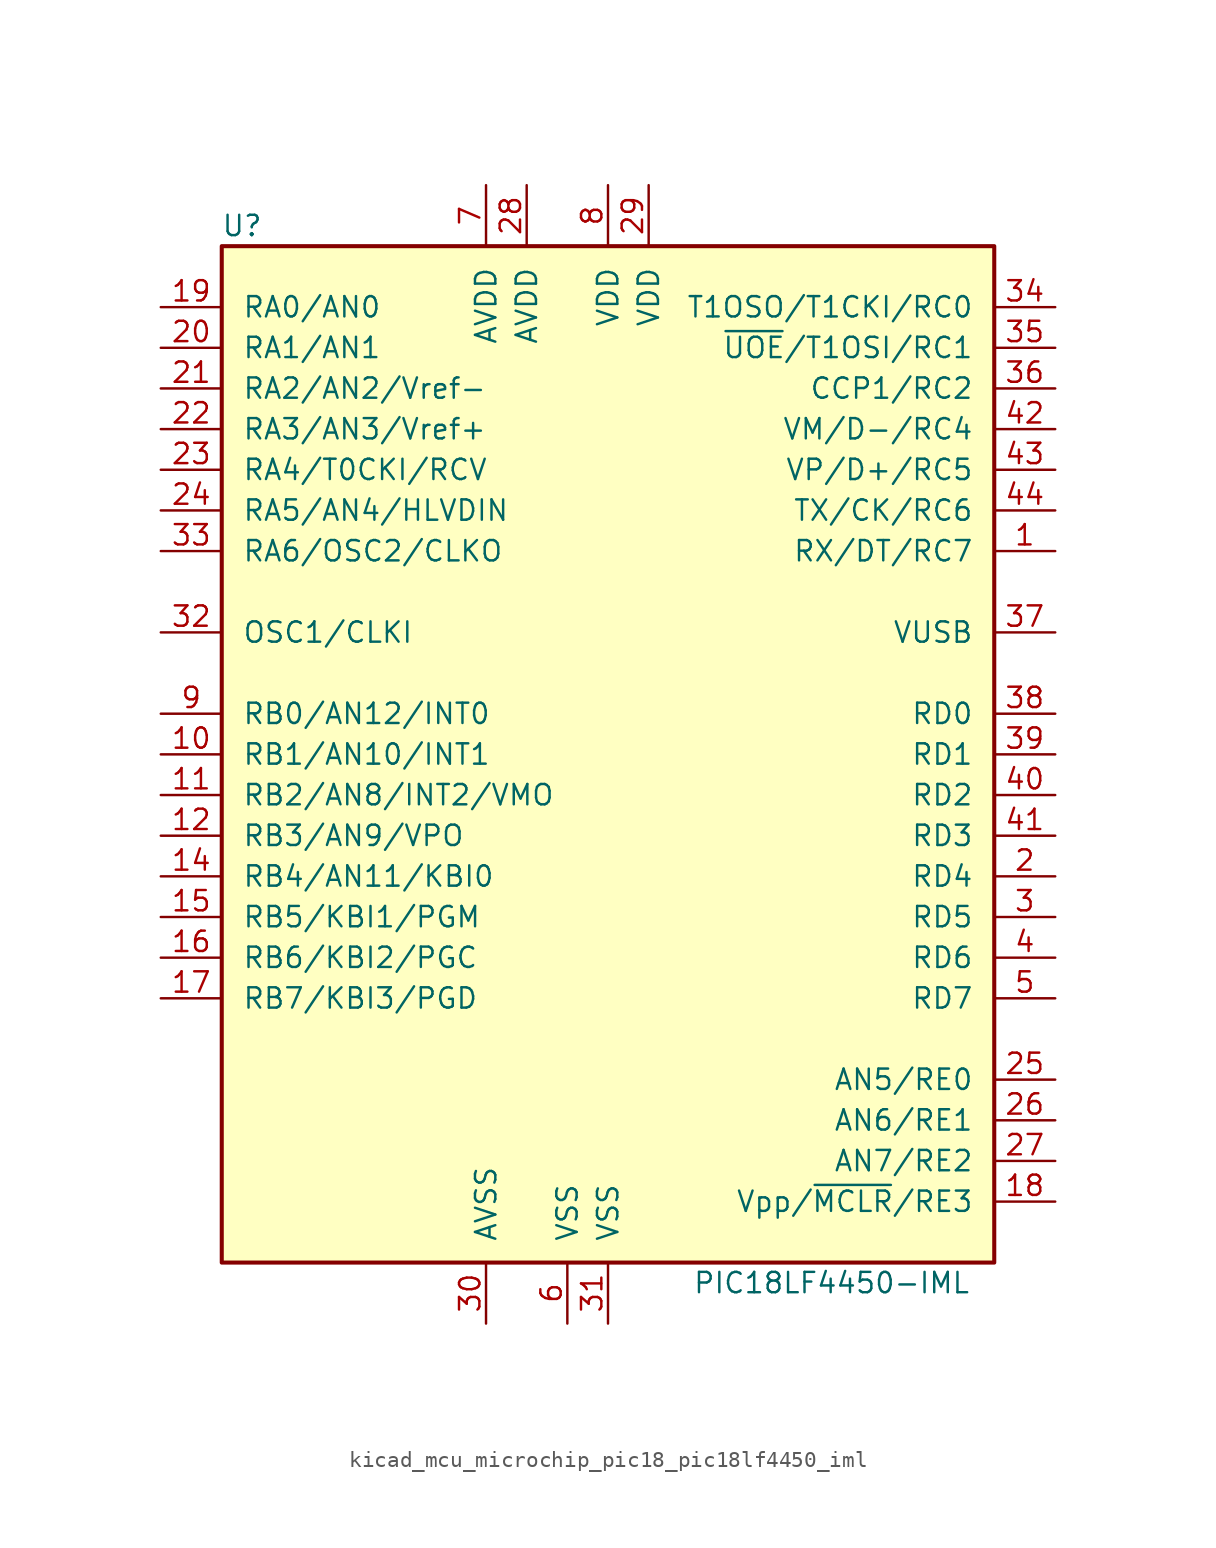
<source format=kicad_sym>
(kicad_symbol_lib
  (version 20220914)
  (generator kicad_symbol_editor)
  (symbol "kicad_mcu_microchip_pic18_pic18lf4450_iml"
    (pin_names
      (offset 1.27))
    (property "Reference" "U"
      (at -22.86 33.02 0)
      (effects (font (size 1.27 1.27))))
    (property "Value" "PIC18LF4450-IML"
      (at 13.97 -33.02 0)
      (effects (font (size 1.27 1.27))))
    (symbol "kicad_mcu_microchip_pic18_pic18lf4450_iml_0_1"
      (rectangle (start -24.13 31.75) (end 24.13 -31.75) (stroke (width 0.254) (type default)) (fill (type background))))
    (symbol "kicad_mcu_microchip_pic18_pic18lf4450_iml_1_1"
      (pin bidirectional line (at 27.94 12.7 180) (length 3.81) (name "RX/DT/RC7" (effects (font (size 1.27 1.27)))) (number "1" (effects (font (size 1.27 1.27)))))
      (pin bidirectional line (at -27.94 0 0) (length 3.81) (name "RB1/AN10/INT1" (effects (font (size 1.27 1.27)))) (number "10" (effects (font (size 1.27 1.27)))))
      (pin bidirectional line (at -27.94 -2.54 0) (length 3.81) (name "RB2/AN8/INT2/VMO" (effects (font (size 1.27 1.27)))) (number "11" (effects (font (size 1.27 1.27)))))
      (pin bidirectional line (at -27.94 -5.08 0) (length 3.81) (name "RB3/AN9/VPO" (effects (font (size 1.27 1.27)))) (number "12" (effects (font (size 1.27 1.27)))))
      (pin no_connect line (at -12.7 -31.75 90) (length 3.81) hide (name "NC" (effects (font (size 1.27 1.27)))) (number "13" (effects (font (size 1.27 1.27)))))
      (pin bidirectional line (at -27.94 -7.62 0) (length 3.81) (name "RB4/AN11/KBI0" (effects (font (size 1.27 1.27)))) (number "14" (effects (font (size 1.27 1.27)))))
      (pin bidirectional line (at -27.94 -10.16 0) (length 3.81) (name "RB5/KBI1/PGM" (effects (font (size 1.27 1.27)))) (number "15" (effects (font (size 1.27 1.27)))))
      (pin bidirectional line (at -27.94 -12.7 0) (length 3.81) (name "RB6/KBI2/PGC" (effects (font (size 1.27 1.27)))) (number "16" (effects (font (size 1.27 1.27)))))
      (pin bidirectional line (at -27.94 -15.24 0) (length 3.81) (name "RB7/KBI3/PGD" (effects (font (size 1.27 1.27)))) (number "17" (effects (font (size 1.27 1.27)))))
      (pin input line (at 27.94 -27.94 180) (length 3.81) (name "Vpp/~{MCLR}/RE3" (effects (font (size 1.27 1.27)))) (number "18" (effects (font (size 1.27 1.27)))))
      (pin bidirectional line (at -27.94 27.94 0) (length 3.81) (name "RA0/AN0" (effects (font (size 1.27 1.27)))) (number "19" (effects (font (size 1.27 1.27)))))
      (pin bidirectional line (at 27.94 -7.62 180) (length 3.81) (name "RD4" (effects (font (size 1.27 1.27)))) (number "2" (effects (font (size 1.27 1.27)))))
      (pin bidirectional line (at -27.94 25.4 0) (length 3.81) (name "RA1/AN1" (effects (font (size 1.27 1.27)))) (number "20" (effects (font (size 1.27 1.27)))))
      (pin bidirectional line (at -27.94 22.86 0) (length 3.81) (name "RA2/AN2/Vref-" (effects (font (size 1.27 1.27)))) (number "21" (effects (font (size 1.27 1.27)))))
      (pin bidirectional line (at -27.94 20.32 0) (length 3.81) (name "RA3/AN3/Vref+" (effects (font (size 1.27 1.27)))) (number "22" (effects (font (size 1.27 1.27)))))
      (pin bidirectional line (at -27.94 17.78 0) (length 3.81) (name "RA4/T0CKI/RCV" (effects (font (size 1.27 1.27)))) (number "23" (effects (font (size 1.27 1.27)))))
      (pin bidirectional line (at -27.94 15.24 0) (length 3.81) (name "RA5/AN4/HLVDIN" (effects (font (size 1.27 1.27)))) (number "24" (effects (font (size 1.27 1.27)))))
      (pin bidirectional line (at 27.94 -20.32 180) (length 3.81) (name "AN5/RE0" (effects (font (size 1.27 1.27)))) (number "25" (effects (font (size 1.27 1.27)))))
      (pin bidirectional line (at 27.94 -22.86 180) (length 3.81) (name "AN6/RE1" (effects (font (size 1.27 1.27)))) (number "26" (effects (font (size 1.27 1.27)))))
      (pin bidirectional line (at 27.94 -25.4 180) (length 3.81) (name "AN7/RE2" (effects (font (size 1.27 1.27)))) (number "27" (effects (font (size 1.27 1.27)))))
      (pin power_in line (at -5.08 35.56 270) (length 3.81) (name "AVDD" (effects (font (size 1.27 1.27)))) (number "28" (effects (font (size 1.27 1.27)))))
      (pin power_in line (at 2.54 35.56 270) (length 3.81) (name "VDD" (effects (font (size 1.27 1.27)))) (number "29" (effects (font (size 1.27 1.27)))))
      (pin bidirectional line (at 27.94 -10.16 180) (length 3.81) (name "RD5" (effects (font (size 1.27 1.27)))) (number "3" (effects (font (size 1.27 1.27)))))
      (pin power_in line (at -7.62 -35.56 90) (length 3.81) (name "AVSS" (effects (font (size 1.27 1.27)))) (number "30" (effects (font (size 1.27 1.27)))))
      (pin power_in line (at 0 -35.56 90) (length 3.81) (name "VSS" (effects (font (size 1.27 1.27)))) (number "31" (effects (font (size 1.27 1.27)))))
      (pin input line (at -27.94 7.62 0) (length 3.81) (name "OSC1/CLKI" (effects (font (size 1.27 1.27)))) (number "32" (effects (font (size 1.27 1.27)))))
      (pin output line (at -27.94 12.7 0) (length 3.81) (name "RA6/OSC2/CLKO" (effects (font (size 1.27 1.27)))) (number "33" (effects (font (size 1.27 1.27)))))
      (pin bidirectional line (at 27.94 27.94 180) (length 3.81) (name "T1OSO/T1CKI/RC0" (effects (font (size 1.27 1.27)))) (number "34" (effects (font (size 1.27 1.27)))))
      (pin bidirectional line (at 27.94 25.4 180) (length 3.81) (name "~{UOE}/T1OSI/RC1" (effects (font (size 1.27 1.27)))) (number "35" (effects (font (size 1.27 1.27)))))
      (pin bidirectional line (at 27.94 22.86 180) (length 3.81) (name "CCP1/RC2" (effects (font (size 1.27 1.27)))) (number "36" (effects (font (size 1.27 1.27)))))
      (pin bidirectional line (at 27.94 7.62 180) (length 3.81) (name "VUSB" (effects (font (size 1.27 1.27)))) (number "37" (effects (font (size 1.27 1.27)))))
      (pin bidirectional line (at 27.94 2.54 180) (length 3.81) (name "RD0" (effects (font (size 1.27 1.27)))) (number "38" (effects (font (size 1.27 1.27)))))
      (pin bidirectional line (at 27.94 0 180) (length 3.81) (name "RD1" (effects (font (size 1.27 1.27)))) (number "39" (effects (font (size 1.27 1.27)))))
      (pin bidirectional line (at 27.94 -12.7 180) (length 3.81) (name "RD6" (effects (font (size 1.27 1.27)))) (number "4" (effects (font (size 1.27 1.27)))))
      (pin bidirectional line (at 27.94 -2.54 180) (length 3.81) (name "RD2" (effects (font (size 1.27 1.27)))) (number "40" (effects (font (size 1.27 1.27)))))
      (pin bidirectional line (at 27.94 -5.08 180) (length 3.81) (name "RD3" (effects (font (size 1.27 1.27)))) (number "41" (effects (font (size 1.27 1.27)))))
      (pin bidirectional line (at 27.94 20.32 180) (length 3.81) (name "VM/D-/RC4" (effects (font (size 1.27 1.27)))) (number "42" (effects (font (size 1.27 1.27)))))
      (pin bidirectional line (at 27.94 17.78 180) (length 3.81) (name "VP/D+/RC5" (effects (font (size 1.27 1.27)))) (number "43" (effects (font (size 1.27 1.27)))))
      (pin bidirectional line (at 27.94 15.24 180) (length 3.81) (name "TX/CK/RC6" (effects (font (size 1.27 1.27)))) (number "44" (effects (font (size 1.27 1.27)))))
      (pin bidirectional line (at 27.94 -15.24 180) (length 3.81) (name "RD7" (effects (font (size 1.27 1.27)))) (number "5" (effects (font (size 1.27 1.27)))))
      (pin power_in line (at -2.54 -35.56 90) (length 3.81) (name "VSS" (effects (font (size 1.27 1.27)))) (number "6" (effects (font (size 1.27 1.27)))))
      (pin power_in line (at -7.62 35.56 270) (length 3.81) (name "AVDD" (effects (font (size 1.27 1.27)))) (number "7" (effects (font (size 1.27 1.27)))))
      (pin power_in line (at 0 35.56 270) (length 3.81) (name "VDD" (effects (font (size 1.27 1.27)))) (number "8" (effects (font (size 1.27 1.27)))))
      (pin bidirectional line (at -27.94 2.54 0) (length 3.81) (name "RB0/AN12/INT0" (effects (font (size 1.27 1.27)))) (number "9" (effects (font (size 1.27 1.27))))))))
</source>
